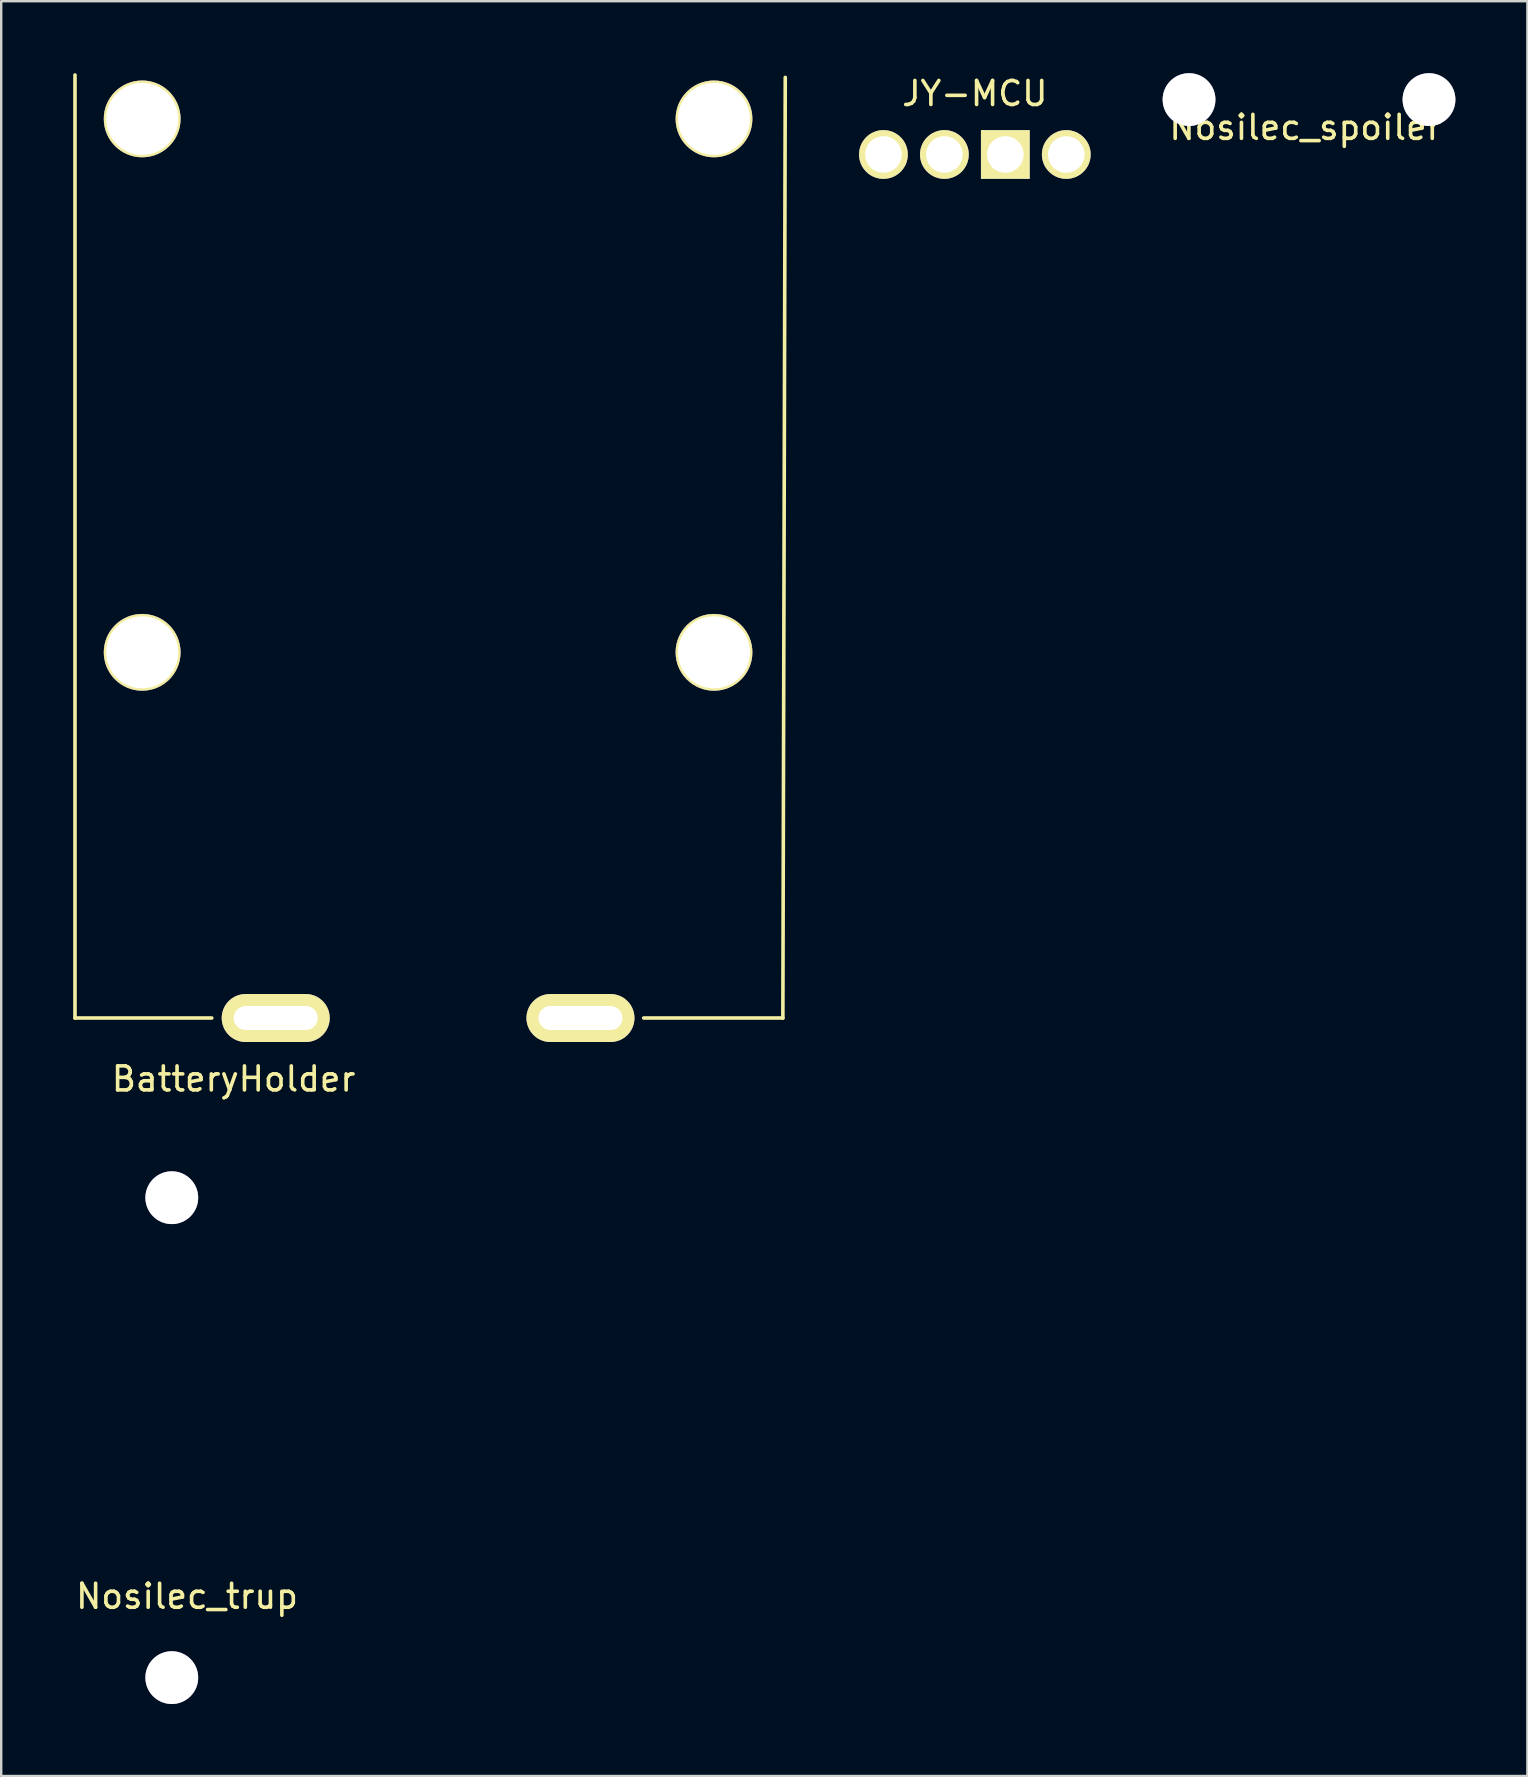
<source format=kicad_pcb>
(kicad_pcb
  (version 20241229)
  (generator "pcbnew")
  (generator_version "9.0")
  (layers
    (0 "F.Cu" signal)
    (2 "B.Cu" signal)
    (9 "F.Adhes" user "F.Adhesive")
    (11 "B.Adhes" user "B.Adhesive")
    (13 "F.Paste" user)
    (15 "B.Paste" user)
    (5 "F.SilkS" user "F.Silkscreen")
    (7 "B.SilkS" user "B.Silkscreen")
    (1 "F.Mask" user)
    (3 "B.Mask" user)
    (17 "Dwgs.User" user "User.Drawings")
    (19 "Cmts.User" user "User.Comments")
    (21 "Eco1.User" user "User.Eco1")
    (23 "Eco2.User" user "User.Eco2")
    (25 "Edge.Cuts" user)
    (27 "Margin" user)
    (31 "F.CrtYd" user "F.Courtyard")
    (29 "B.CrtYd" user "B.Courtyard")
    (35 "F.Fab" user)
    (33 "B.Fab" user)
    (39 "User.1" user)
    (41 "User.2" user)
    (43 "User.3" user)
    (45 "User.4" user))
  (footprint "BatteryHolder"
    (layer "F.Cu")
    (at 2.875 39.375)
    (property "Reference" "BatteryHolder" (at 3.81 2.54 0) (layer "F.SilkS") (effects (font (size 1 1) (thickness 0.15))))
    (attr through_hole)
    (fp_line (start -2.8 0) (end -2.8 -39.3) (stroke (width 0.15) (type solid)) (layer "F.SilkS"))
    (fp_line (start -2.8 0) (end 2.9 0) (stroke (width 0.15) (type solid)) (layer "F.SilkS"))
    (fp_line (start 20.9 0) (end 26.7 0) (stroke (width 0.15) (type solid)) (layer "F.SilkS"))
    (fp_line (start 26.7 0) (end 26.8 -39.2) (stroke (width 0.15) (type solid)) (layer "F.SilkS"))
    (pad "" thru_hole circle (at 0 -37.47) (size 3.2 3.2) (drill 3) (layers "*.Cu" "*.Mask" "F.SilkS"))
    (pad "" thru_hole circle (at 0 -15.24) (size 3.2 3.2) (drill 3) (layers "*.Cu" "*.Mask" "F.SilkS"))
    (pad "" thru_hole circle (at 23.83 -37.47) (size 3.2 3.2) (drill 3) (layers "*.Cu" "*.Mask" "F.SilkS"))
    (pad "" thru_hole circle (at 23.83 -15.24) (size 3.2 3.2) (drill 3) (layers "*.Cu" "*.Mask" "F.SilkS"))
    (pad "1" thru_hole oval (at 5.565 0) (size 4.5 2) (drill oval 3.5 1) (layers "*.Cu" "*.Mask" "F.SilkS"))
    (pad "2" thru_hole oval (at 18.265 0) (size 4.5 2) (drill oval 3.5 1) (layers "*.Cu" "*.Mask" "F.SilkS")))
  (footprint "JY-MCU"
    (layer "F.Cu")
    (at 33.766 3.388)
    (property "Reference" "JY-MCU" (at 3.81 -2.54 0) (layer "F.SilkS") (effects (font (size 1 1) (thickness 0.15))))
    (attr through_hole)
    (pad "1" thru_hole circle (at 0 0) (size 2.032 2.032) (drill 1.524) (layers "*.Cu" "*.Mask" "F.SilkS"))
    (pad "2" thru_hole circle (at 2.54 0) (size 2.032 2.032) (drill 1.524) (layers "*.Cu" "*.Mask" "F.SilkS"))
    (pad "3" thru_hole rect (at 5.08 0) (size 2.032 2.032) (drill 1.524) (layers "*.Cu" "*.Mask" "F.SilkS"))
    (pad "4" thru_hole circle (at 7.62 0) (size 2.032 2.032) (drill 1.524) (layers "*.Cu" "*.Mask" "F.SilkS")))
  (footprint "Nosilec_trup"
    (layer "F.Cu")
    (at 4.109 46.863)
    (property "Reference" "Nosilec_trup" (at 0.635 16.612 0) (layer "F.SilkS") (effects (font (size 1 1) (thickness 0.15))))
    (attr through_hole)
    (pad "~" thru_hole circle (at 0 0) (size 2.2 2.2) (drill 2.2) (layers "*.Cu" "*.Mask"))
    (pad "~" thru_hole circle (at 0 20) (size 2.2 2.2) (drill 2.2) (layers "*.Cu" "*.Mask")))
  (footprint "Nosilec_spoiler"
    (layer "F.Cu")
    (at 46.502 1.1)
    (property "Reference" "Nosilec_spoiler" (at 4.851 1.16 0) (layer "F.SilkS") (effects (font (size 1 1) (thickness 0.15))))
    (attr through_hole)
    (pad "~" thru_hole circle (at 0 0) (size 2.2 2.2) (drill 2.2) (layers "*.Cu" "*.Mask"))
    (pad "~" thru_hole circle (at 10 0) (size 2.2 2.2) (drill 2.2) (layers "*.Cu" "*.Mask")))
  (gr_rect
    (start -3 -3)
    (end 60.602 70.963)
    (stroke (width 0.1) (type default))
    (fill no)
    (layer "Edge.Cuts")))
</source>
